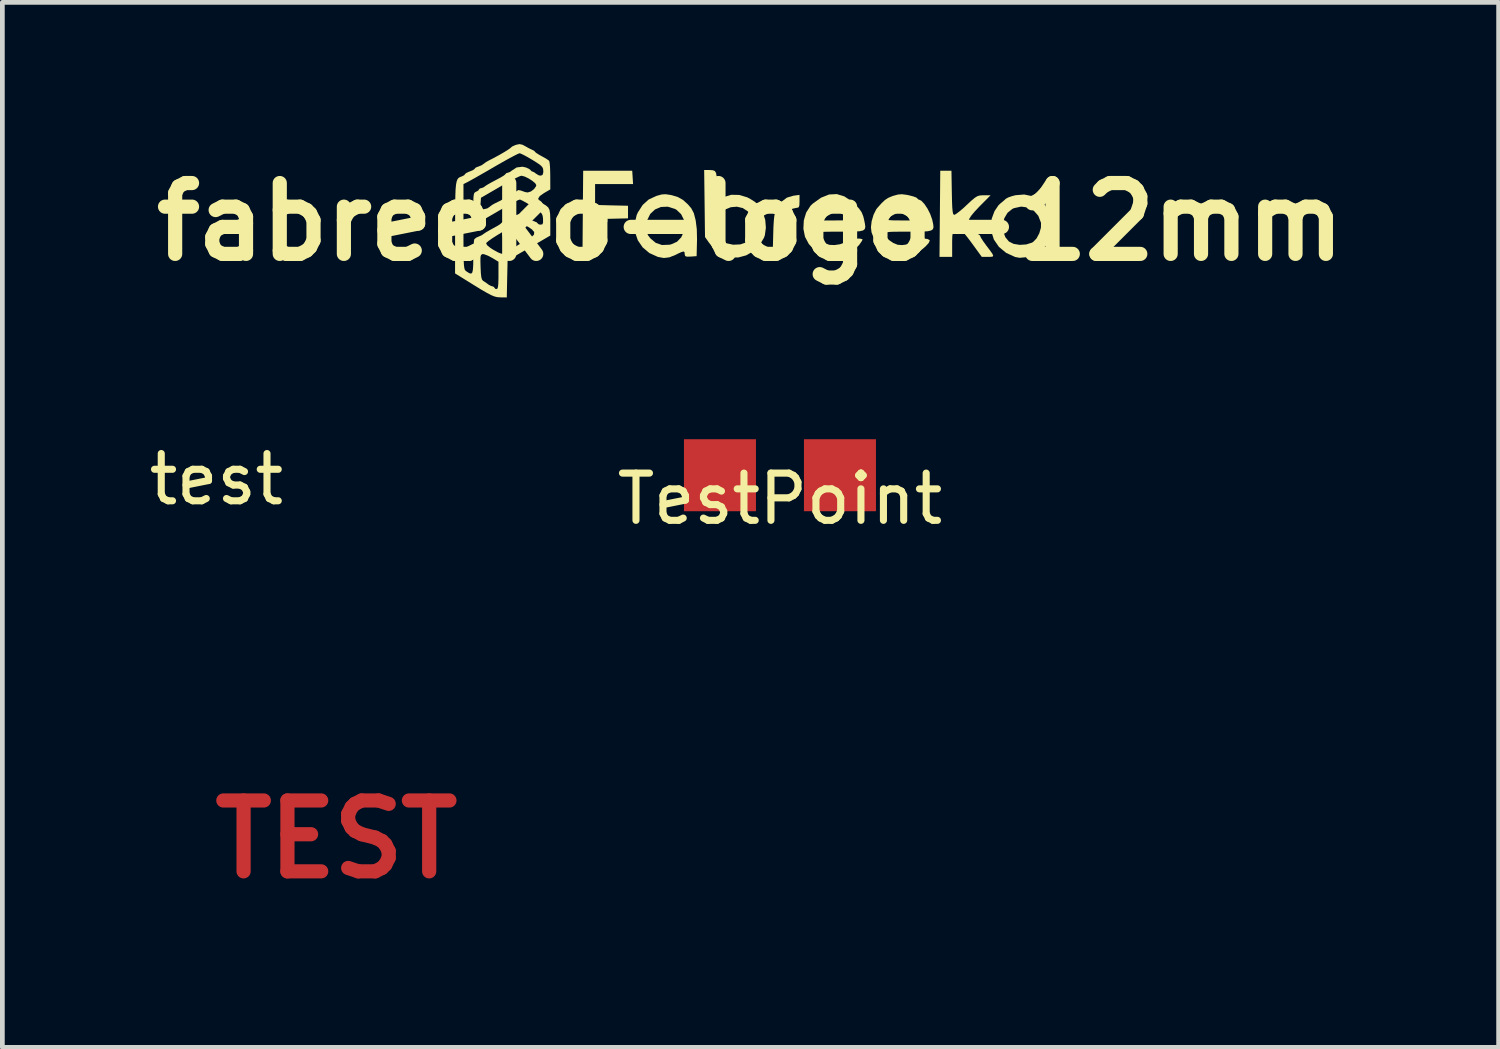
<source format=kicad_pcb>
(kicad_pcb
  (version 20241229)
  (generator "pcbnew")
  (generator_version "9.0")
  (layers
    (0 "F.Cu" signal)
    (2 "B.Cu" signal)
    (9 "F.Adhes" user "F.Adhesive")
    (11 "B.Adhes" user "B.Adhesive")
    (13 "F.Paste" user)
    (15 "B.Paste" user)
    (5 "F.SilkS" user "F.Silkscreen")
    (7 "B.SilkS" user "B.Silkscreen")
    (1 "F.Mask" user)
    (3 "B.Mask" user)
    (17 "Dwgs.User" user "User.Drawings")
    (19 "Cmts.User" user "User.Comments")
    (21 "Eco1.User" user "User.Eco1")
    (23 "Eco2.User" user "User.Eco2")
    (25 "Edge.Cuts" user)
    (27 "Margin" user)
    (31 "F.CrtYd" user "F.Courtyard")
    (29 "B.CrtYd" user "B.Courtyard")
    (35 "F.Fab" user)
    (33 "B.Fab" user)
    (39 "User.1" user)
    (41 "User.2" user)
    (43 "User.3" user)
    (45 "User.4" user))
  (footprint "TestPoint"
    (layer "F.Cu")
    (at 13.459 7.009)
    (property "Reference" "TestPoint" (at 0 0.5 0) (layer "F.SilkS") (effects (font (size 1 1) (thickness 0.15))))
    (attr through_hole)
    (pad "1" smd rect (at -1.27 0) (size 1.524 1.524) (layers "F.Cu" "F.Mask" "F.Paste"))
    (pad "2" smd rect (at 1.27 0) (size 1.524 1.524) (layers "F.Cu" "F.Mask" "F.Paste")))
  (footprint "test"
    (layer "F.Cu")
    (at 4.07 14.715)
    (property "Reference" "test" (at -2.54 -7.62 0) (unlocked yes) (layer "F.SilkS") (effects (font (size 1 1) (thickness 0.15))))
    (attr smd)
    (fp_text user "TEST" (at 0 0 0) (unlocked yes) (layer "F.Cu") (effects (font (size 1.5 1.5) (thickness 0.3)))))
  (footprint "fabreeko-logo-12mm"
    (layer "F.Cu")
    (at 12.836 1.646)
    (property "Reference" "fabreeko-logo-12mm" (at 0 0 0) (layer "F.SilkS") (effects (font (size 1.5 1.5) (thickness 0.3))))
    (attr board_only exclude_from_pos_files exclude_from_bom)
    (fp_poly (pts (xy -2.495 -0.941) (xy -2.486 -0.8) (xy -2.888 -0.8) (xy -3.29 -0.8) (xy -3.29 -0.579) (xy -3.29 -0.358) (xy -2.942 -0.349) (xy -2.593 -0.341) (xy -2.593 -0.207) (xy -2.593 -0.074) (xy -2.942 -0.066) (xy -3.29 -0.057) (xy -3.29 0.342) (xy -3.29 0.741) (xy -3.424 0.741) (xy -3.557 0.741) (xy -3.55 -0.17) (xy -3.542 -1.082) (xy -3.023 -1.082) (xy -2.504 -1.082)) (stroke (width 0) (type solid)) (fill yes) (layer "F.SilkS"))
    (fp_poly (pts (xy 1.037 -0.434) (xy 1.034 -0.35) (xy 1.02 -0.309) (xy 0.986 -0.297) (xy 0.967 -0.296) (xy 0.891 -0.278) (xy 0.826 -0.24) (xy 0.799 -0.216) (xy 0.78 -0.187) (xy 0.767 -0.143) (xy 0.758 -0.074) (xy 0.753 0.028) (xy 0.749 0.175) (xy 0.746 0.279) (xy 0.737 0.741) (xy 0.602 0.741) (xy 0.468 0.741) (xy 0.48 0.289) (xy 0.485 0.108) (xy 0.493 -0.025) (xy 0.503 -0.121) (xy 0.518 -0.193) (xy 0.539 -0.25) (xy 0.554 -0.282) (xy 0.652 -0.424) (xy 0.771 -0.513) (xy 0.905 -0.553) (xy 1.037 -0.571)) (stroke (width 0) (type solid)) (fill yes) (layer "F.SilkS"))
    (fp_poly (pts (xy 5.962 -0.544) (xy 6.11 -0.466) (xy 6.232 -0.353) (xy 6.324 -0.214) (xy 6.381 -0.056) (xy 6.397 0.113) (xy 6.368 0.286) (xy 6.29 0.453) (xy 6.259 0.498) (xy 6.146 0.609) (xy 6.004 0.694) (xy 5.848 0.747) (xy 5.697 0.761) (xy 5.601 0.744) (xy 5.41 0.656) (xy 5.258 0.53) (xy 5.151 0.374) (xy 5.094 0.194) (xy 5.086 0.089) (xy 5.09 0.058) (xy 5.341 0.058) (xy 5.347 0.196) (xy 5.393 0.323) (xy 5.469 0.416) (xy 5.569 0.466) (xy 5.699 0.487) (xy 5.836 0.478) (xy 5.957 0.44) (xy 5.982 0.425) (xy 6.054 0.351) (xy 6.112 0.243) (xy 6.147 0.124) (xy 6.149 0.021) (xy 6.092 -0.127) (xy 5.996 -0.237) (xy 5.871 -0.304) (xy 5.728 -0.323) (xy 5.577 -0.29) (xy 5.542 -0.274) (xy 5.44 -0.192) (xy 5.372 -0.077) (xy 5.341 0.058) (xy 5.09 0.058) (xy 5.107 -0.073) (xy 5.165 -0.227) (xy 5.25 -0.353) (xy 5.294 -0.394) (xy 5.359 -0.447) (xy 5.404 -0.488) (xy 5.453 -0.516) (xy 5.539 -0.546) (xy 5.609 -0.564) (xy 5.793 -0.579)) (stroke (width 0) (type solid)) (fill yes) (layer "F.SilkS"))
    (fp_poly (pts (xy -1.695 -0.57) (xy -1.669 -0.565) (xy -1.537 -0.525) (xy -1.429 -0.464) (xy -1.326 -0.371) (xy -1.254 -0.287) (xy -1.2 -0.184) (xy -1.161 -0.033) (xy -1.137 0.157) (xy -1.132 0.379) (xy -1.133 0.404) (xy -1.141 0.726) (xy -1.267 0.735) (xy -1.347 0.737) (xy -1.383 0.724) (xy -1.393 0.689) (xy -1.393 0.683) (xy -1.397 0.642) (xy -1.416 0.627) (xy -1.462 0.639) (xy -1.545 0.677) (xy -1.583 0.697) (xy -1.717 0.751) (xy -1.835 0.765) (xy -1.961 0.742) (xy -1.963 0.741) (xy -2.141 0.66) (xy -2.284 0.539) (xy -2.386 0.389) (xy -2.444 0.219) (xy -2.45 0.101) (xy -2.206 0.101) (xy -2.199 0.206) (xy -2.171 0.282) (xy -2.12 0.349) (xy -2.004 0.446) (xy -1.873 0.49) (xy -1.718 0.484) (xy -1.679 0.476) (xy -1.556 0.421) (xy -1.467 0.328) (xy -1.412 0.211) (xy -1.394 0.082) (xy -1.412 -0.048) (xy -1.47 -0.164) (xy -1.568 -0.256) (xy -1.6 -0.274) (xy -1.752 -0.321) (xy -1.896 -0.315) (xy -2.022 -0.262) (xy -2.123 -0.167) (xy -2.187 -0.036) (xy -2.206 0.101) (xy -2.45 0.101) (xy -2.453 0.038) (xy -2.409 -0.145) (xy -2.386 -0.197) (xy -2.283 -0.358) (xy -2.157 -0.472) (xy -1.993 -0.549) (xy -1.985 -0.551) (xy -1.882 -0.58) (xy -1.797 -0.585)) (stroke (width 0) (type solid)) (fill yes) (layer "F.SilkS"))
    (fp_poly (pts (xy 4.261 -0.615) (xy 4.265 -0.435) (xy 4.27 -0.307) (xy 4.278 -0.222) (xy 4.288 -0.173) (xy 4.303 -0.151) (xy 4.313 -0.148) (xy 4.352 -0.168) (xy 4.421 -0.22) (xy 4.511 -0.296) (xy 4.575 -0.356) (xy 4.676 -0.45) (xy 4.748 -0.51) (xy 4.803 -0.544) (xy 4.856 -0.559) (xy 4.92 -0.563) (xy 4.938 -0.563) (xy 5.082 -0.563) (xy 4.853 -0.333) (xy 4.748 -0.222) (xy 4.671 -0.129) (xy 4.629 -0.063) (xy 4.624 -0.041) (xy 4.644 0.017) (xy 4.694 0.088) (xy 4.712 0.106) (xy 4.767 0.169) (xy 4.798 0.22) (xy 4.801 0.23) (xy 4.82 0.264) (xy 4.831 0.267) (xy 4.859 0.29) (xy 4.861 0.299) (xy 4.878 0.337) (xy 4.922 0.406) (xy 4.985 0.493) (xy 4.989 0.499) (xy 5.072 0.608) (xy 5.121 0.678) (xy 5.137 0.718) (xy 5.122 0.736) (xy 5.078 0.741) (xy 5.028 0.741) (xy 4.895 0.741) (xy 4.68 0.445) (xy 4.594 0.331) (xy 4.518 0.237) (xy 4.459 0.173) (xy 4.425 0.148) (xy 4.424 0.148) (xy 4.365 0.162) (xy 4.325 0.179) (xy 4.298 0.201) (xy 4.28 0.238) (xy 4.271 0.304) (xy 4.268 0.411) (xy 4.268 0.475) (xy 4.268 0.741) (xy 4.134 0.741) (xy 4 0.741) (xy 4.008 -0.17) (xy 4.016 -1.082) (xy 4.135 -1.082) (xy 4.253 -1.082)) (stroke (width 0) (type solid)) (fill yes) (layer "F.SilkS"))
    (fp_poly (pts (xy -0.8 -1.093) (xy -0.757 -1.077) (xy -0.73 -1.037) (xy -0.717 -0.965) (xy -0.712 -0.85) (xy -0.711 -0.739) (xy -0.709 -0.622) (xy -0.702 -0.531) (xy -0.692 -0.481) (xy -0.686 -0.474) (xy -0.646 -0.487) (xy -0.577 -0.518) (xy -0.56 -0.526) (xy -0.408 -0.573) (xy -0.24 -0.57) (xy -0.072 -0.52) (xy -0.013 -0.49) (xy 0.089 -0.426) (xy 0.158 -0.367) (xy 0.211 -0.292) (xy 0.266 -0.186) (xy 0.312 -0.039) (xy 0.325 0.125) (xy 0.304 0.28) (xy 0.286 0.334) (xy 0.192 0.493) (xy 0.062 0.62) (xy -0.092 0.709) (xy -0.26 0.754) (xy -0.429 0.752) (xy -0.517 0.728) (xy -0.666 0.656) (xy -0.786 0.556) (xy -0.874 0.447) (xy -0.963 0.321) (xy -0.966 0.127) (xy -0.733 0.127) (xy -0.712 0.241) (xy -0.674 0.338) (xy -0.637 0.385) (xy -0.515 0.452) (xy -0.367 0.484) (xy -0.216 0.477) (xy -0.083 0.432) (xy -0.063 0.42) (xy 0.01 0.343) (xy 0.064 0.233) (xy 0.089 0.113) (xy 0.089 0.099) (xy 0.076 0.022) (xy 0.043 -0.073) (xy 0.03 -0.104) (xy -0.054 -0.22) (xy -0.164 -0.292) (xy -0.289 -0.321) (xy -0.417 -0.31) (xy -0.537 -0.261) (xy -0.638 -0.174) (xy -0.709 -0.053) (xy -0.729 0.021) (xy -0.733 0.127) (xy -0.966 0.127) (xy -0.972 -0.388) (xy -0.981 -1.097) (xy -0.864 -1.097)) (stroke (width 0) (type solid)) (fill yes) (layer "F.SilkS"))
    (fp_poly (pts (xy 1.988 -0.538) (xy 2.149 -0.429) (xy 2.207 -0.376) (xy 2.296 -0.283) (xy 2.351 -0.205) (xy 2.386 -0.119) (xy 2.402 -0.054) (xy 2.421 0.037) (xy 2.43 0.104) (xy 2.419 0.151) (xy 2.384 0.181) (xy 2.315 0.198) (xy 2.207 0.205) (xy 2.052 0.207) (xy 1.898 0.207) (xy 1.714 0.208) (xy 1.581 0.21) (xy 1.491 0.213) (xy 1.435 0.221) (xy 1.406 0.232) (xy 1.395 0.248) (xy 1.393 0.264) (xy 1.419 0.328) (xy 1.485 0.396) (xy 1.575 0.453) (xy 1.672 0.487) (xy 1.779 0.491) (xy 1.894 0.474) (xy 1.992 0.439) (xy 2.045 0.4) (xy 2.087 0.378) (xy 2.16 0.363) (xy 2.244 0.354) (xy 2.319 0.355) (xy 2.365 0.366) (xy 2.371 0.375) (xy 2.355 0.409) (xy 2.313 0.469) (xy 2.296 0.493) (xy 2.17 0.614) (xy 2.011 0.702) (xy 1.835 0.751) (xy 1.662 0.753) (xy 1.608 0.743) (xy 1.489 0.691) (xy 1.363 0.601) (xy 1.25 0.487) (xy 1.232 0.465) (xy 1.153 0.316) (xy 1.119 0.146) (xy 1.128 -0.03) (xy 1.149 -0.102) (xy 1.423 -0.102) (xy 1.423 -0.03) (xy 1.778 -0.03) (xy 1.934 -0.031) (xy 2.04 -0.036) (xy 2.102 -0.045) (xy 2.13 -0.059) (xy 2.134 -0.07) (xy 2.109 -0.141) (xy 2.044 -0.214) (xy 1.956 -0.275) (xy 1.898 -0.3) (xy 1.772 -0.318) (xy 1.648 -0.304) (xy 1.539 -0.262) (xy 1.46 -0.198) (xy 1.424 -0.118) (xy 1.423 -0.102) (xy 1.149 -0.102) (xy 1.178 -0.196) (xy 1.269 -0.339) (xy 1.316 -0.385) (xy 1.492 -0.511) (xy 1.662 -0.579) (xy 1.826 -0.588)) (stroke (width 0) (type solid)) (fill yes) (layer "F.SilkS"))
    (fp_poly (pts (xy 3.299 -0.573) (xy 3.35 -0.563) (xy 3.443 -0.539) (xy 3.507 -0.516) (xy 3.527 -0.5) (xy 3.55 -0.475) (xy 3.558 -0.474) (xy 3.614 -0.448) (xy 3.679 -0.38) (xy 3.745 -0.282) (xy 3.803 -0.168) (xy 3.844 -0.053) (xy 3.849 -0.032) (xy 3.867 0.052) (xy 3.873 0.113) (xy 3.86 0.156) (xy 3.821 0.183) (xy 3.748 0.199) (xy 3.635 0.206) (xy 3.474 0.207) (xy 3.346 0.207) (xy 3.163 0.208) (xy 3.031 0.209) (xy 2.941 0.213) (xy 2.887 0.221) (xy 2.858 0.232) (xy 2.847 0.249) (xy 2.845 0.265) (xy 2.87 0.322) (xy 2.934 0.387) (xy 3.019 0.445) (xy 3.109 0.483) (xy 3.119 0.485) (xy 3.207 0.492) (xy 3.309 0.479) (xy 3.402 0.451) (xy 3.465 0.414) (xy 3.474 0.402) (xy 3.516 0.374) (xy 3.588 0.357) (xy 3.67 0.353) (xy 3.744 0.362) (xy 3.788 0.384) (xy 3.794 0.397) (xy 3.77 0.449) (xy 3.707 0.518) (xy 3.62 0.593) (xy 3.522 0.662) (xy 3.426 0.715) (xy 3.367 0.737) (xy 3.251 0.762) (xy 3.164 0.766) (xy 3.077 0.749) (xy 3.019 0.729) (xy 2.861 0.647) (xy 2.725 0.526) (xy 2.622 0.379) (xy 2.561 0.22) (xy 2.549 0.116) (xy 2.564 -0.015) (xy 2.583 -0.077) (xy 2.846 -0.077) (xy 2.868 -0.052) (xy 2.928 -0.037) (xy 3.034 -0.031) (xy 3.192 -0.03) (xy 3.201 -0.03) (xy 3.352 -0.03) (xy 3.453 -0.034) (xy 3.514 -0.041) (xy 3.545 -0.054) (xy 3.555 -0.073) (xy 3.556 -0.082) (xy 3.528 -0.16) (xy 3.457 -0.234) (xy 3.359 -0.293) (xy 3.252 -0.324) (xy 3.216 -0.326) (xy 3.102 -0.306) (xy 2.989 -0.256) (xy 2.904 -0.188) (xy 2.894 -0.174) (xy 2.857 -0.117) (xy 2.846 -0.077) (xy 2.583 -0.077) (xy 2.604 -0.15) (xy 2.66 -0.263) (xy 2.682 -0.292) (xy 2.774 -0.395) (xy 2.846 -0.463) (xy 2.915 -0.508) (xy 2.995 -0.542) (xy 3.021 -0.551) (xy 3.12 -0.578) (xy 3.202 -0.585)) (stroke (width 0) (type solid)) (fill yes) (layer "F.SilkS"))
    (fp_poly (pts (xy -4.825 -1.632) (xy -4.768 -1.601) (xy -4.689 -1.557) (xy -4.624 -1.526) (xy -4.616 -1.522) (xy -4.573 -1.499) (xy -4.564 -1.485) (xy -4.54 -1.462) (xy -4.479 -1.423) (xy -4.424 -1.392) (xy -4.34 -1.346) (xy -4.279 -1.306) (xy -4.261 -1.289) (xy -4.252 -1.248) (xy -4.244 -1.163) (xy -4.24 -1.047) (xy -4.239 -0.973) (xy -4.238 -0.687) (xy -4.373 -0.608) (xy -4.462 -0.545) (xy -4.495 -0.491) (xy -4.471 -0.44) (xy -4.402 -0.391) (xy -4.329 -0.346) (xy -4.281 -0.304) (xy -4.254 -0.249) (xy -4.242 -0.169) (xy -4.238 -0.048) (xy -4.238 0.009) (xy -4.238 0.29) (xy -4.69 0.553) (xy -5.142 0.816) (xy -5.151 1.208) (xy -5.159 1.6) (xy -5.299 1.598) (xy -5.358 1.594) (xy -5.418 1.58) (xy -5.489 1.551) (xy -5.58 1.503) (xy -5.703 1.432) (xy -5.846 1.344) (xy -6.254 1.091) (xy -6.253 0.123) (xy -6.252 -0.152) (xy -6.251 -0.375) (xy -6.248 -0.55) (xy -6.243 -0.684) (xy -6.234 -0.783) (xy -6.231 -0.799) (xy -6.076 -0.799) (xy -6.076 0.103) (xy -6.076 0.357) (xy -6.075 0.559) (xy -6.074 0.715) (xy -6.071 0.831) (xy -6.066 0.914) (xy -6.059 0.97) (xy -6.05 1.006) (xy -6.037 1.028) (xy -6.02 1.043) (xy -6.01 1.05) (xy -5.954 1.086) (xy -5.914 1.096) (xy -5.889 1.072) (xy -5.876 1.01) (xy -5.869 0.901) (xy -5.869 0.835) (xy -5.717 0.835) (xy -5.714 0.953) (xy -5.708 1.084) (xy -5.699 1.169) (xy -5.684 1.22) (xy -5.66 1.249) (xy -5.647 1.256) (xy -5.581 1.301) (xy -5.549 1.326) (xy -5.492 1.358) (xy -5.466 1.363) (xy -5.428 1.38) (xy -5.424 1.393) (xy -5.4 1.419) (xy -5.379 1.423) (xy -5.358 1.413) (xy -5.345 1.376) (xy -5.338 1.304) (xy -5.335 1.185) (xy -5.335 1.133) (xy -5.335 0.844) (xy -5.469 0.763) (xy -5.558 0.716) (xy -5.634 0.687) (xy -5.663 0.682) (xy -5.691 0.686) (xy -5.708 0.705) (xy -5.716 0.751) (xy -5.717 0.835) (xy -5.869 0.835) (xy -5.868 0.748) (xy -5.866 0.609) (xy -5.861 0.49) (xy -5.858 0.453) (xy -5.596 0.453) (xy -5.576 0.494) (xy -5.508 0.55) (xy -5.448 0.589) (xy -5.343 0.647) (xy -5.274 0.674) (xy -5.227 0.674) (xy -5.188 0.649) (xy -5.18 0.641) (xy -5.118 0.599) (xy -5.074 0.58) (xy -5.004 0.548) (xy -4.97 0.524) (xy -4.925 0.493) (xy -4.845 0.445) (xy -4.755 0.396) (xy -4.641 0.327) (xy -4.583 0.269) (xy -4.579 0.215) (xy -4.628 0.159) (xy -4.698 0.111) (xy -4.784 0.065) (xy -4.857 0.036) (xy -4.884 0.03) (xy -4.933 0.045) (xy -5.017 0.085) (xy -5.124 0.142) (xy -5.243 0.21) (xy -5.361 0.281) (xy -5.466 0.348) (xy -5.546 0.405) (xy -5.591 0.444) (xy -5.596 0.453) (xy -5.858 0.453) (xy -5.854 0.404) (xy -5.846 0.367) (xy -5.802 0.332) (xy -5.757 0.313) (xy -5.687 0.282) (xy -5.653 0.257) (xy -5.607 0.226) (xy -5.527 0.179) (xy -5.445 0.134) (xy -5.358 0.086) (xy -5.297 0.047) (xy -5.276 0.026) (xy -5.25 0.004) (xy -5.188 -0.024) (xy -5.172 -0.03) (xy -5.104 -0.057) (xy -5.069 -0.082) (xy -5.068 -0.086) (xy -5.043 -0.109) (xy -4.979 -0.138) (xy -4.95 -0.148) (xy -4.87 -0.17) (xy -4.821 -0.168) (xy -4.778 -0.139) (xy -4.777 -0.138) (xy -4.722 -0.1) (xy -4.688 -0.089) (xy -4.655 -0.07) (xy -4.653 -0.06) (xy -4.628 -0.032) (xy -4.579 -0.012) (xy -4.524 0.011) (xy -4.505 0.033) (xy -4.48 0.054) (xy -4.444 0.059) (xy -4.406 0.052) (xy -4.391 0.018) (xy -4.392 -0.057) (xy -4.392 -0.064) (xy -4.399 -0.125) (xy -4.417 -0.171) (xy -4.456 -0.213) (xy -4.525 -0.265) (xy -4.624 -0.329) (xy -4.727 -0.393) (xy -4.814 -0.442) (xy -4.871 -0.469) (xy -4.883 -0.472) (xy -4.921 -0.459) (xy -4.999 -0.42) (xy -5.106 -0.363) (xy -5.23 -0.292) (xy -5.238 -0.287) (xy -5.436 -0.171) (xy -5.588 -0.083) (xy -5.699 -0.018) (xy -5.777 0.024) (xy -5.824 0.049) (xy -5.848 0.059) (xy -5.851 0.059) (xy -5.858 0.032) (xy -5.864 -0.044) (xy -5.867 -0.155) (xy -5.868 -0.28) (xy -5.868 -0.311) (xy -5.717 -0.311) (xy -5.703 -0.276) (xy -5.664 -0.267) (xy -5.65 -0.267) (xy -5.574 -0.284) (xy -5.532 -0.311) (xy -5.469 -0.359) (xy -5.419 -0.387) (xy -5.293 -0.449) (xy -5.191 -0.509) (xy -5.133 -0.553) (xy -5.079 -0.587) (xy -5.053 -0.593) (xy -5.002 -0.612) (xy -4.965 -0.641) (xy -4.916 -0.673) (xy -4.858 -0.663) (xy -4.843 -0.656) (xy -4.767 -0.63) (xy -4.716 -0.622) (xy -4.649 -0.643) (xy -4.583 -0.693) (xy -4.54 -0.753) (xy -4.535 -0.779) (xy -4.559 -0.819) (xy -4.621 -0.87) (xy -4.701 -0.921) (xy -4.783 -0.96) (xy -4.847 -0.976) (xy -4.851 -0.976) (xy -4.894 -0.962) (xy -4.979 -0.921) (xy -5.093 -0.861) (xy -5.228 -0.787) (xy -5.305 -0.742) (xy -5.705 -0.51) (xy -5.714 -0.388) (xy -5.717 -0.311) (xy -5.868 -0.311) (xy -5.868 -0.426) (xy -5.864 -0.524) (xy -5.856 -0.585) (xy -5.842 -0.617) (xy -5.82 -0.633) (xy -5.809 -0.637) (xy -5.761 -0.664) (xy -5.75 -0.684) (xy -5.726 -0.709) (xy -5.707 -0.711) (xy -5.651 -0.73) (xy -5.626 -0.749) (xy -5.581 -0.78) (xy -5.5 -0.827) (xy -5.398 -0.881) (xy -5.387 -0.887) (xy -5.291 -0.938) (xy -5.22 -0.981) (xy -5.188 -1.009) (xy -5.187 -1.012) (xy -5.163 -1.035) (xy -5.144 -1.037) (xy -5.09 -1.057) (xy -5.058 -1.082) (xy -4.949 -1.152) (xy -4.826 -1.167) (xy -4.753 -1.151) (xy -4.687 -1.121) (xy -4.654 -1.094) (xy -4.653 -1.091) (xy -4.63 -1.068) (xy -4.621 -1.067) (xy -4.576 -1.048) (xy -4.545 -1.023) (xy -4.482 -0.985) (xy -4.444 -0.978) (xy -4.403 -0.992) (xy -4.387 -1.042) (xy -4.386 -1.074) (xy -4.391 -1.123) (xy -4.41 -1.163) (xy -4.453 -1.205) (xy -4.531 -1.258) (xy -4.618 -1.312) (xy -4.724 -1.374) (xy -4.814 -1.422) (xy -4.875 -1.449) (xy -4.889 -1.452) (xy -4.926 -1.438) (xy -5.005 -1.398) (xy -5.118 -1.338) (xy -5.256 -1.261) (xy -5.406 -1.175) (xy -5.564 -1.083) (xy -5.711 -0.999) (xy -5.837 -0.927) (xy -5.931 -0.875) (xy -5.98 -0.848) (xy -6.076 -0.799) (xy -6.231 -0.799) (xy -6.221 -0.852) (xy -6.204 -0.899) (xy -6.181 -0.928) (xy -6.152 -0.947) (xy -6.116 -0.96) (xy -6.113 -0.961) (xy -6.061 -0.987) (xy -6.046 -1.007) (xy -6.021 -1.032) (xy -5.959 -1.061) (xy -5.942 -1.067) (xy -5.875 -1.095) (xy -5.84 -1.121) (xy -5.839 -1.125) (xy -5.814 -1.15) (xy -5.767 -1.168) (xy -5.694 -1.197) (xy -5.656 -1.223) (xy -5.599 -1.265) (xy -5.542 -1.297) (xy -5.427 -1.356) (xy -5.31 -1.42) (xy -5.205 -1.481) (xy -5.124 -1.532) (xy -5.079 -1.565) (xy -5.074 -1.571) (xy -5.042 -1.597) (xy -4.976 -1.626) (xy -4.966 -1.63) (xy -4.89 -1.646)) (stroke (width 0) (type solid)) (fill yes) (layer "F.SilkS")))
  (gr_rect
    (start -3 -3)
    (end 28.671 19.119)
    (stroke (width 0.1) (type default))
    (fill no)
    (layer "Edge.Cuts")))
</source>
